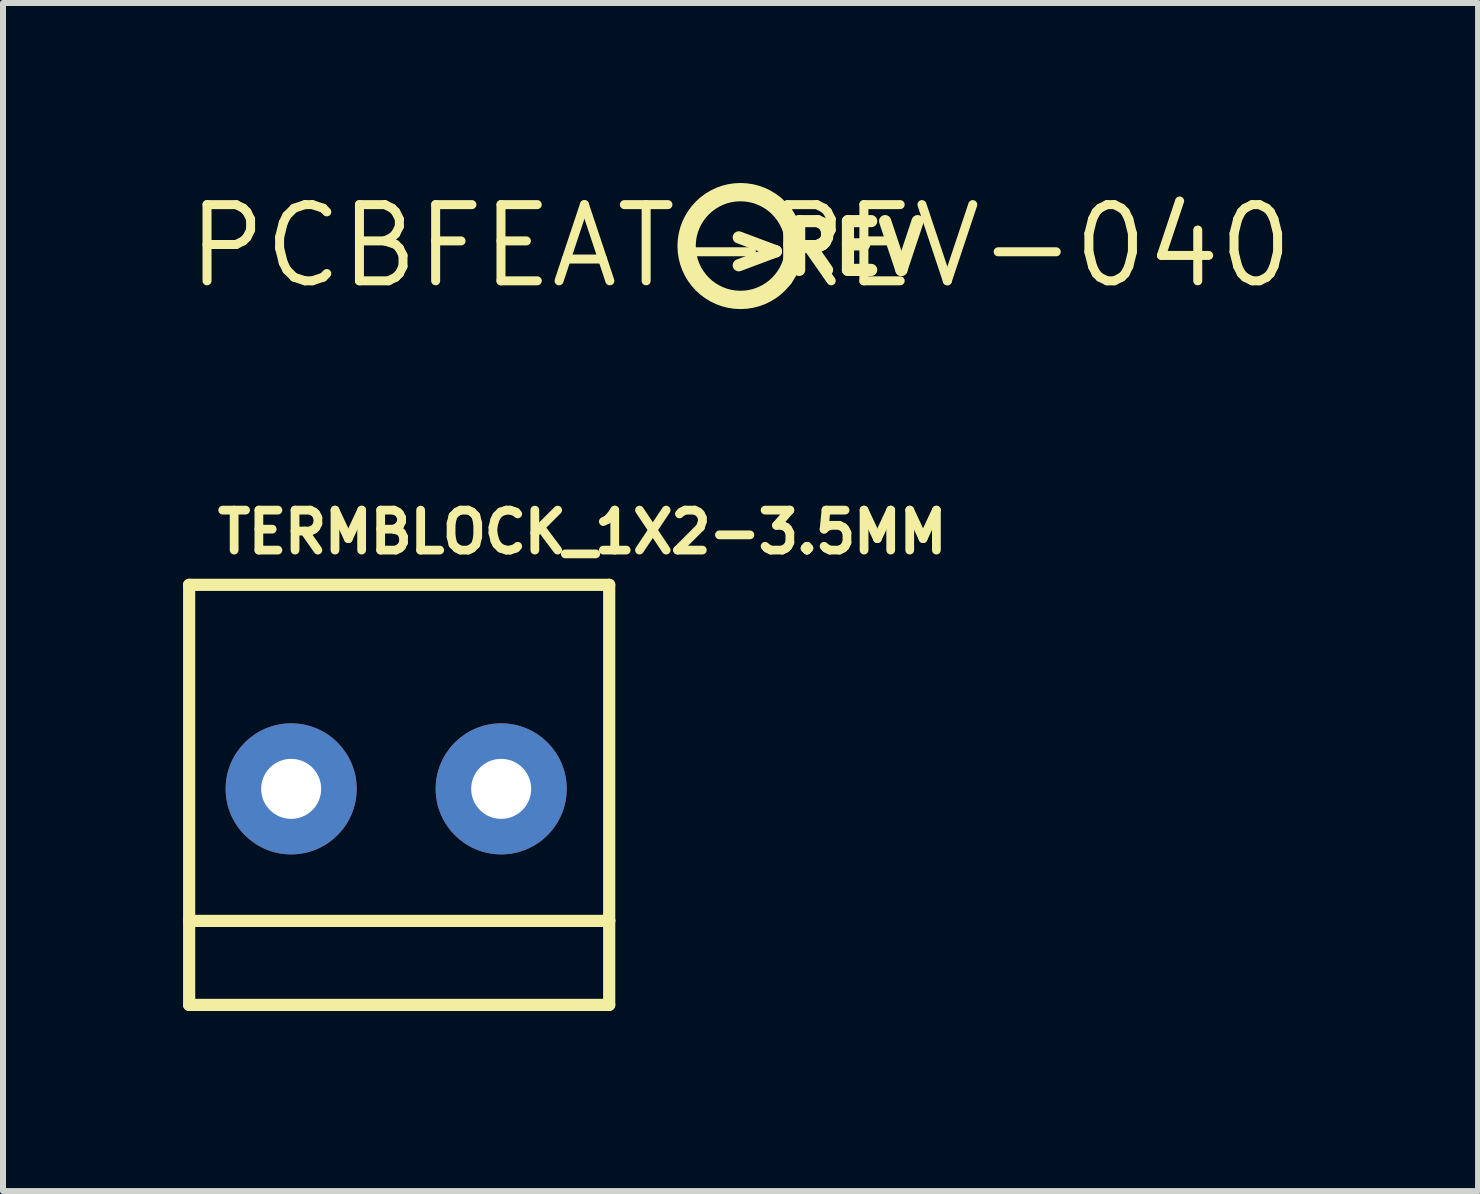
<source format=kicad_pcb>
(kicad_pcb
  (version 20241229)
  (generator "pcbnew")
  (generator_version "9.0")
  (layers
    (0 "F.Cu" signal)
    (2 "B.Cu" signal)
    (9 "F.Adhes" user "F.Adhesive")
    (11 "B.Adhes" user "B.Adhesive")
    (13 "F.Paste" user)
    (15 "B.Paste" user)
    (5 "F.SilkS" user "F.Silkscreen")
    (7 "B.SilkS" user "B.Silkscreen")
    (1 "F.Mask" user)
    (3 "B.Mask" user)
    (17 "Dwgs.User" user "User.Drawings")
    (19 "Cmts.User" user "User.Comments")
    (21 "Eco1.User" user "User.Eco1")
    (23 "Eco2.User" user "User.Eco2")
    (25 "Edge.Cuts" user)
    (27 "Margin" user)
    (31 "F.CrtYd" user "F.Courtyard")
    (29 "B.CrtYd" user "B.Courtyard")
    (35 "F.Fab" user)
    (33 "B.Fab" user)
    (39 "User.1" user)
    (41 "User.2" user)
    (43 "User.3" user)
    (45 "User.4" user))
  (footprint "PCBFEAT-REV-040"
    (layer "F.Cu")
    (at 9.29 1.05)
    (property "Reference" "PCBFEAT-REV-040" (at 0 0 0) (layer "F.SilkS") (effects (font (size 1.27 1.27) (thickness 0.15))))
    (fp_circle (center 0 0) (end 0.898 0) (stroke (width 0.305) (type solid)) (fill no) (layer "F.SilkS"))
    (fp_text user ">REV" (at -0.356 0.508 0) (layer "F.SilkS") (effects (font (size 0.813 0.813) (thickness 0.203)) (justify left bottom))))
  (footprint "TERMBLOCK_1X2-3.5MM"
    (layer "F.Cu")
    (at 3.502 10.096)
    (property "Reference" "TERMBLOCK_1X2-3.5MM" (at -3 -3.89 0) (layer "F.SilkS") (effects (font (size 0.666 0.666) (thickness 0.146)) (justify left bottom)))
    (fp_line (start -3.4 -3.4) (end -3.4 2.2) (stroke (width 0.203) (type solid)) (layer "F.SilkS"))
    (fp_line (start -3.4 2.2) (end -3.4 3.6) (stroke (width 0.203) (type solid)) (layer "F.SilkS"))
    (fp_line (start -3.4 2.2) (end 3.6 2.2) (stroke (width 0.203) (type solid)) (layer "F.SilkS"))
    (fp_line (start -3.4 3.6) (end 3.6 3.6) (stroke (width 0.203) (type solid)) (layer "F.SilkS"))
    (fp_line (start 3.6 -3.4) (end -3.4 -3.4) (stroke (width 0.203) (type solid)) (layer "F.SilkS"))
    (fp_line (start 3.6 2.2) (end 3.6 -3.4) (stroke (width 0.203) (type solid)) (layer "F.SilkS"))
    (fp_line (start 3.6 3.6) (end 3.6 2.2) (stroke (width 0.203) (type solid)) (layer "F.SilkS"))
    (pad "1" thru_hole circle (at 1.8 0) (size 2.184 2.184) (drill 1) (layers "*.Cu" "*.Mask"))
    (pad "2" thru_hole circle (at -1.7 0) (size 2.184 2.184) (drill 1) (layers "*.Cu" "*.Mask")))
  (gr_rect
    (start -3 -3)
    (end 21.581 16.798)
    (stroke (width 0.1) (type default))
    (fill no)
    (layer "Edge.Cuts")))
</source>
